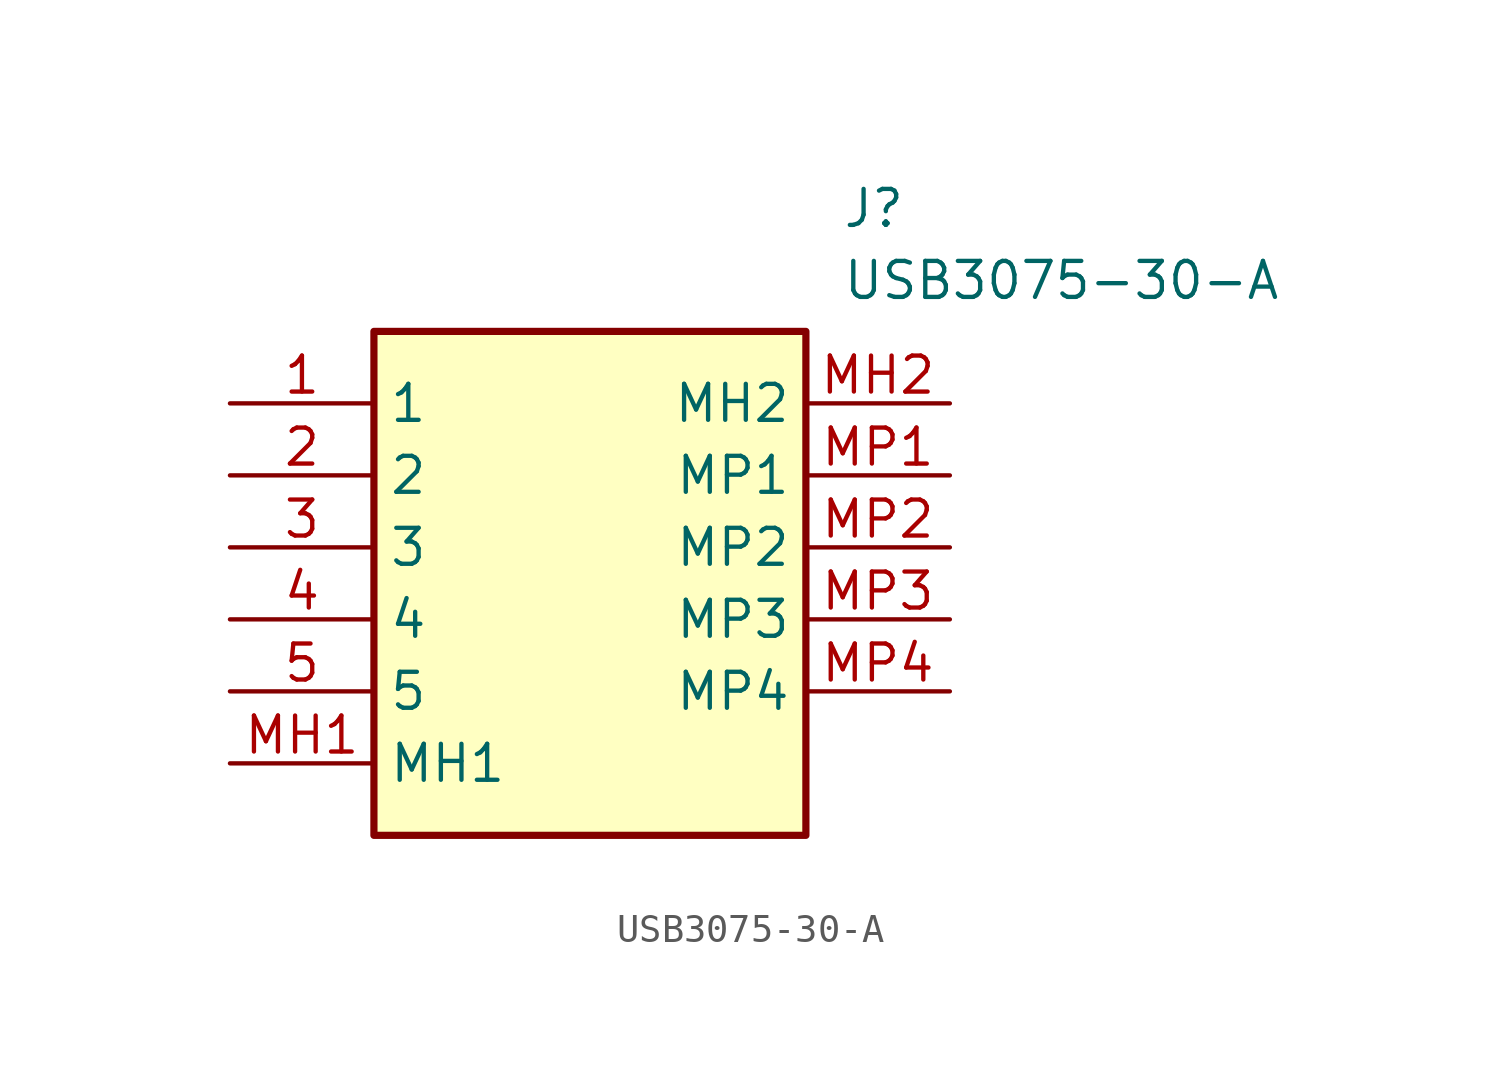
<source format=kicad_sym>
(kicad_symbol_lib
  (version 20211014)
  (generator SamacSys_ECAD_Model)
  (symbol "USB3075-30-A"
    (property "Reference" "J"
      (at 21.59 7.62 0)
      (effects (font (size 1.27 1.27)) (justify left top)))
    (property "Value" "USB3075-30-A"
      (at 21.59 5.08 0)
      (effects (font (size 1.27 1.27)) (justify left top)))
    (rectangle
      (start 5.08 2.54)
      (end 20.32 -15.24)
      (stroke (width 0.254) (type default))
      (fill (type background)))
    (pin passive line
      (at 0 0 0)
      (length 5.08)
      (name "1" (effects (font (size 1.27 1.27))))
      (number "1" (effects (font (size 1.27 1.27)))))
    (pin passive line
      (at 0 -2.54 0)
      (length 5.08)
      (name "2" (effects (font (size 1.27 1.27))))
      (number "2" (effects (font (size 1.27 1.27)))))
    (pin passive line
      (at 0 -5.08 0)
      (length 5.08)
      (name "3" (effects (font (size 1.27 1.27))))
      (number "3" (effects (font (size 1.27 1.27)))))
    (pin passive line
      (at 0 -7.62 0)
      (length 5.08)
      (name "4" (effects (font (size 1.27 1.27))))
      (number "4" (effects (font (size 1.27 1.27)))))
    (pin passive line
      (at 0 -10.16 0)
      (length 5.08)
      (name "5" (effects (font (size 1.27 1.27))))
      (number "5" (effects (font (size 1.27 1.27)))))
    (pin passive line
      (at 0 -12.7 0)
      (length 5.08)
      (name "MH1" (effects (font (size 1.27 1.27))))
      (number "MH1" (effects (font (size 1.27 1.27)))))
    (pin passive line
      (at 25.4 0 180)
      (length 5.08)
      (name "MH2" (effects (font (size 1.27 1.27))))
      (number "MH2" (effects (font (size 1.27 1.27)))))
    (pin passive line
      (at 25.4 -2.54 180)
      (length 5.08)
      (name "MP1" (effects (font (size 1.27 1.27))))
      (number "MP1" (effects (font (size 1.27 1.27)))))
    (pin passive line
      (at 25.4 -5.08 180)
      (length 5.08)
      (name "MP2" (effects (font (size 1.27 1.27))))
      (number "MP2" (effects (font (size 1.27 1.27)))))
    (pin passive line
      (at 25.4 -7.62 180)
      (length 5.08)
      (name "MP3" (effects (font (size 1.27 1.27))))
      (number "MP3" (effects (font (size 1.27 1.27)))))
    (pin passive line
      (at 25.4 -10.16 180)
      (length 5.08)
      (name "MP4" (effects (font (size 1.27 1.27))))
      (number "MP4" (effects (font (size 1.27 1.27)))))))
</source>
